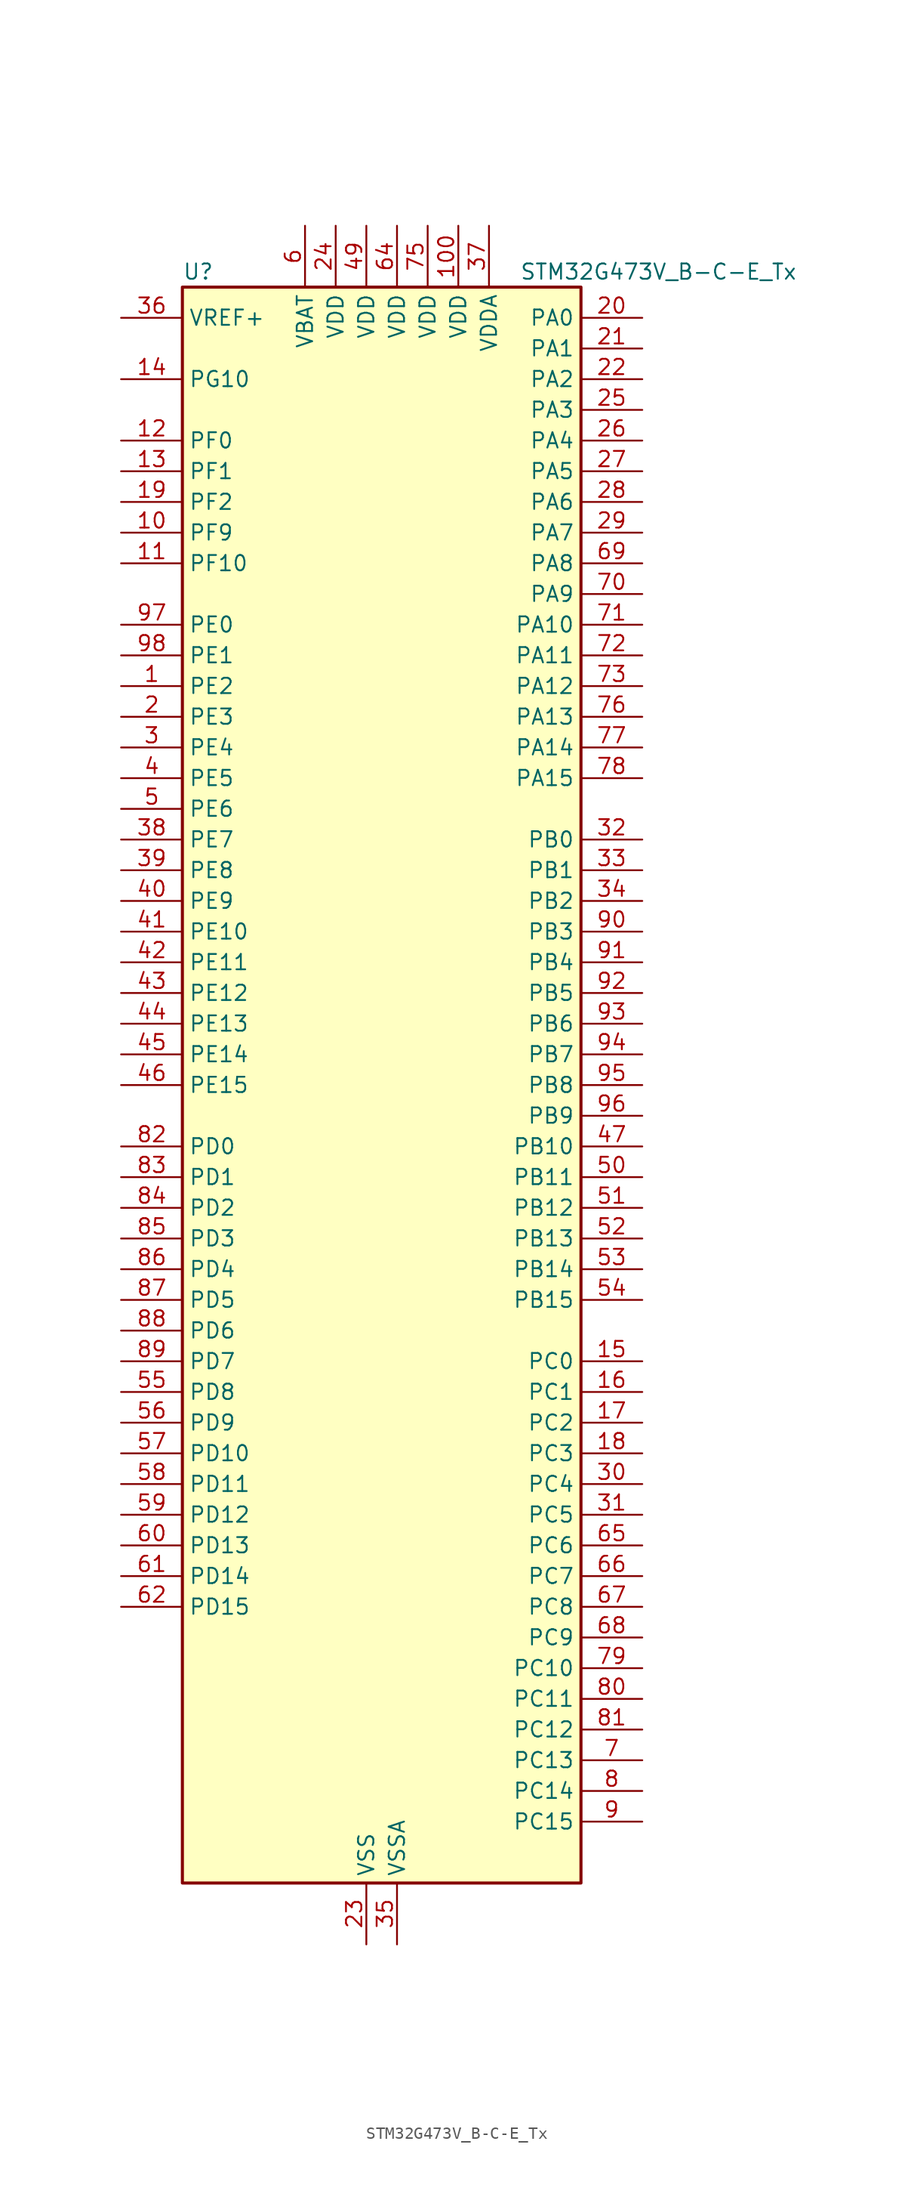
<source format=kicad_sym>
(kicad_symbol_lib
  (version 20220914)
  (generator kicad_symbol_editor)
  (symbol "STM32G473V_B-C-E_Tx"
    (property "Reference" "U"
      (at -15.24 67.31 0)
      (effects (font (size 1.27 1.27)) (justify left)))
    (property "Value" "STM32G473V_B-C-E_Tx"
      (at 12.7 67.31 0)
      (effects (font (size 1.27 1.27)) (justify left)))
    (property "ki_locked" ""
      (at 0 0 0)
      (effects (font (size 1.27 1.27))))
    (symbol "STM32G473V_B-C-E_Tx_0_1"
      (rectangle (start -15.24 -66.04) (end 17.78 66.04) (stroke (width 0.254) (type default)) (fill (type background))))
    (symbol "STM32G473V_B-C-E_Tx_1_1"
      (pin bidirectional line (at -20.32 33.02 0) (length 5.08) (name "PE2" (effects (font (size 1.27 1.27)))) (number "1" (effects (font (size 1.27 1.27)))) (alternate "ADC3_EXTI2" bidirectional line) (alternate "ADC4_EXTI2" bidirectional line) (alternate "ADC5_EXTI2" bidirectional line) (alternate "FMC_A23" bidirectional line) (alternate "SAI1_CK1" bidirectional line) (alternate "SAI1_MCLK_A" bidirectional line) (alternate "SPI4_SCK" bidirectional line) (alternate "SYS_TRACECLK" bidirectional line) (alternate "TIM20_CH1" bidirectional line) (alternate "TIM3_CH1" bidirectional line))
      (pin bidirectional line (at -20.32 45.72 0) (length 5.08) (name "PF9" (effects (font (size 1.27 1.27)))) (number "10" (effects (font (size 1.27 1.27)))) (alternate "DAC1_EXTI9" bidirectional line) (alternate "DAC2_EXTI9" bidirectional line) (alternate "DAC3_EXTI9" bidirectional line) (alternate "DAC4_EXTI9" bidirectional line) (alternate "FMC_A25" bidirectional line) (alternate "QUADSPI1_BK1_IO1" bidirectional line) (alternate "SAI1_FS_B" bidirectional line) (alternate "SPI2_SCK" bidirectional line) (alternate "TIM15_CH1" bidirectional line) (alternate "TIM20_BKIN" bidirectional line) (alternate "TIM5_CH4" bidirectional line))
      (pin power_in line (at 7.62 71.12 270) (length 5.08) (name "VDD" (effects (font (size 1.27 1.27)))) (number "100" (effects (font (size 1.27 1.27)))))
      (pin bidirectional line (at -20.32 43.18 0) (length 5.08) (name "PF10" (effects (font (size 1.27 1.27)))) (number "11" (effects (font (size 1.27 1.27)))) (alternate "DAC1_EXTI10" bidirectional line) (alternate "DAC2_EXTI10" bidirectional line) (alternate "DAC3_EXTI10" bidirectional line) (alternate "DAC4_EXTI10" bidirectional line) (alternate "FMC_A0" bidirectional line) (alternate "QUADSPI1_CLK" bidirectional line) (alternate "SAI1_D3" bidirectional line) (alternate "SPI2_SCK" bidirectional line) (alternate "TIM15_CH2" bidirectional line) (alternate "TIM20_BKIN2" bidirectional line))
      (pin bidirectional line (at -20.32 53.34 0) (length 5.08) (name "PF0" (effects (font (size 1.27 1.27)))) (number "12" (effects (font (size 1.27 1.27)))) (alternate "ADC1_IN10" bidirectional line) (alternate "I2C2_SDA" bidirectional line) (alternate "I2S2_WS" bidirectional line) (alternate "RCC_OSC_IN" bidirectional line) (alternate "SPI2_NSS" bidirectional line) (alternate "TIM1_CH3N" bidirectional line))
      (pin bidirectional line (at -20.32 50.8 0) (length 5.08) (name "PF1" (effects (font (size 1.27 1.27)))) (number "13" (effects (font (size 1.27 1.27)))) (alternate "ADC2_IN10" bidirectional line) (alternate "COMP3_INM" bidirectional line) (alternate "I2S2_CK" bidirectional line) (alternate "RCC_OSC_OUT" bidirectional line) (alternate "SPI2_SCK" bidirectional line))
      (pin bidirectional line (at -20.32 58.42 0) (length 5.08) (name "PG10" (effects (font (size 1.27 1.27)))) (number "14" (effects (font (size 1.27 1.27)))) (alternate "DAC1_EXTI10" bidirectional line) (alternate "DAC2_EXTI10" bidirectional line) (alternate "DAC3_EXTI10" bidirectional line) (alternate "DAC4_EXTI10" bidirectional line) (alternate "RCC_MCO" bidirectional line))
      (pin bidirectional line (at 22.86 -22.86 180) (length 5.08) (name "PC0" (effects (font (size 1.27 1.27)))) (number "15" (effects (font (size 1.27 1.27)))) (alternate "ADC1_IN6" bidirectional line) (alternate "ADC2_IN6" bidirectional line) (alternate "COMP3_INM" bidirectional line) (alternate "LPTIM1_IN1" bidirectional line) (alternate "LPUART1_RX" bidirectional line) (alternate "TIM1_CH1" bidirectional line))
      (pin bidirectional line (at 22.86 -25.4 180) (length 5.08) (name "PC1" (effects (font (size 1.27 1.27)))) (number "16" (effects (font (size 1.27 1.27)))) (alternate "ADC1_IN7" bidirectional line) (alternate "ADC2_IN7" bidirectional line) (alternate "COMP3_INP" bidirectional line) (alternate "LPTIM1_OUT" bidirectional line) (alternate "LPUART1_TX" bidirectional line) (alternate "QUADSPI1_BK2_IO0" bidirectional line) (alternate "SAI1_SD_A" bidirectional line) (alternate "TIM1_CH2" bidirectional line))
      (pin bidirectional line (at 22.86 -27.94 180) (length 5.08) (name "PC2" (effects (font (size 1.27 1.27)))) (number "17" (effects (font (size 1.27 1.27)))) (alternate "ADC1_IN8" bidirectional line) (alternate "ADC2_IN8" bidirectional line) (alternate "ADC3_EXTI2" bidirectional line) (alternate "ADC4_EXTI2" bidirectional line) (alternate "ADC5_EXTI2" bidirectional line) (alternate "COMP3_OUT" bidirectional line) (alternate "LPTIM1_IN2" bidirectional line) (alternate "QUADSPI1_BK2_IO1" bidirectional line) (alternate "TIM1_CH3" bidirectional line) (alternate "TIM20_CH2" bidirectional line))
      (pin bidirectional line (at 22.86 -30.48 180) (length 5.08) (name "PC3" (effects (font (size 1.27 1.27)))) (number "18" (effects (font (size 1.27 1.27)))) (alternate "ADC1_IN9" bidirectional line) (alternate "ADC2_IN9" bidirectional line) (alternate "ADC3_EXTI3" bidirectional line) (alternate "ADC4_EXTI3" bidirectional line) (alternate "ADC5_EXTI3" bidirectional line) (alternate "LPTIM1_ETR" bidirectional line) (alternate "OPAMP5_VINP" bidirectional line) (alternate "OPAMP5_VINP_SEC" bidirectional line) (alternate "QUADSPI1_BK2_IO2" bidirectional line) (alternate "SAI1_D1" bidirectional line) (alternate "SAI1_SD_A" bidirectional line) (alternate "TIM1_BKIN2" bidirectional line) (alternate "TIM1_CH4" bidirectional line))
      (pin bidirectional line (at -20.32 48.26 0) (length 5.08) (name "PF2" (effects (font (size 1.27 1.27)))) (number "19" (effects (font (size 1.27 1.27)))) (alternate "ADC3_EXTI2" bidirectional line) (alternate "ADC4_EXTI2" bidirectional line) (alternate "ADC5_EXTI2" bidirectional line) (alternate "FMC_A2" bidirectional line) (alternate "I2C2_SMBA" bidirectional line) (alternate "TIM20_CH3" bidirectional line))
      (pin bidirectional line (at -20.32 30.48 0) (length 5.08) (name "PE3" (effects (font (size 1.27 1.27)))) (number "2" (effects (font (size 1.27 1.27)))) (alternate "ADC3_EXTI3" bidirectional line) (alternate "ADC4_EXTI3" bidirectional line) (alternate "ADC5_EXTI3" bidirectional line) (alternate "FMC_A19" bidirectional line) (alternate "SAI1_SD_B" bidirectional line) (alternate "SPI4_NSS" bidirectional line) (alternate "SYS_TRACED0" bidirectional line) (alternate "TIM20_CH2" bidirectional line) (alternate "TIM3_CH2" bidirectional line))
      (pin bidirectional line (at 22.86 63.5 180) (length 5.08) (name "PA0" (effects (font (size 1.27 1.27)))) (number "20" (effects (font (size 1.27 1.27)))) (alternate "ADC1_IN1" bidirectional line) (alternate "ADC2_IN1" bidirectional line) (alternate "COMP1_INM" bidirectional line) (alternate "COMP1_OUT" bidirectional line) (alternate "COMP3_INP" bidirectional line) (alternate "RTC_TAMP2" bidirectional line) (alternate "SYS_WKUP1" bidirectional line) (alternate "TIM2_CH1" bidirectional line) (alternate "TIM2_ETR" bidirectional line) (alternate "TIM5_CH1" bidirectional line) (alternate "TIM8_BKIN" bidirectional line) (alternate "TIM8_ETR" bidirectional line) (alternate "USART2_CTS" bidirectional line) (alternate "USART2_NSS" bidirectional line))
      (pin bidirectional line (at 22.86 60.96 180) (length 5.08) (name "PA1" (effects (font (size 1.27 1.27)))) (number "21" (effects (font (size 1.27 1.27)))) (alternate "ADC1_IN2" bidirectional line) (alternate "ADC2_IN2" bidirectional line) (alternate "COMP1_INP" bidirectional line) (alternate "OPAMP1_VINP" bidirectional line) (alternate "OPAMP1_VINP_SEC" bidirectional line) (alternate "OPAMP3_VINP" bidirectional line) (alternate "OPAMP3_VINP_SEC" bidirectional line) (alternate "OPAMP6_VINM" bidirectional line) (alternate "OPAMP6_VINM0" bidirectional line) (alternate "OPAMP6_VINM_SEC" bidirectional line) (alternate "RTC_REFIN" bidirectional line) (alternate "TIM15_CH1N" bidirectional line) (alternate "TIM2_CH2" bidirectional line) (alternate "TIM5_CH2" bidirectional line) (alternate "USART2_DE" bidirectional line) (alternate "USART2_RTS" bidirectional line))
      (pin bidirectional line (at 22.86 58.42 180) (length 5.08) (name "PA2" (effects (font (size 1.27 1.27)))) (number "22" (effects (font (size 1.27 1.27)))) (alternate "ADC1_IN3" bidirectional line) (alternate "ADC3_EXTI2" bidirectional line) (alternate "ADC4_EXTI2" bidirectional line) (alternate "ADC5_EXTI2" bidirectional line) (alternate "COMP2_INM" bidirectional line) (alternate "COMP2_OUT" bidirectional line) (alternate "LPUART1_TX" bidirectional line) (alternate "OPAMP1_VOUT" bidirectional line) (alternate "QUADSPI1_BK1_NCS" bidirectional line) (alternate "RCC_LSCO" bidirectional line) (alternate "SYS_WKUP4" bidirectional line) (alternate "TIM15_CH1" bidirectional line) (alternate "TIM2_CH3" bidirectional line) (alternate "TIM5_CH3" bidirectional line) (alternate "UCPD1_FRSTX1" bidirectional line) (alternate "UCPD1_FRSTX2" bidirectional line) (alternate "USART2_TX" bidirectional line))
      (pin power_in line (at 0 -71.12 90) (length 5.08) (name "VSS" (effects (font (size 1.27 1.27)))) (number "23" (effects (font (size 1.27 1.27)))))
      (pin power_in line (at -2.54 71.12 270) (length 5.08) (name "VDD" (effects (font (size 1.27 1.27)))) (number "24" (effects (font (size 1.27 1.27)))))
      (pin bidirectional line (at 22.86 55.88 180) (length 5.08) (name "PA3" (effects (font (size 1.27 1.27)))) (number "25" (effects (font (size 1.27 1.27)))) (alternate "ADC1_IN4" bidirectional line) (alternate "ADC3_EXTI3" bidirectional line) (alternate "ADC4_EXTI3" bidirectional line) (alternate "ADC5_EXTI3" bidirectional line) (alternate "COMP2_INP" bidirectional line) (alternate "LPUART1_RX" bidirectional line) (alternate "OPAMP1_VINM" bidirectional line) (alternate "OPAMP1_VINM0" bidirectional line) (alternate "OPAMP1_VINM_SEC" bidirectional line) (alternate "OPAMP1_VINP" bidirectional line) (alternate "OPAMP1_VINP_SEC" bidirectional line) (alternate "OPAMP5_VINM" bidirectional line) (alternate "OPAMP5_VINM1" bidirectional line) (alternate "OPAMP5_VINM_SEC" bidirectional line) (alternate "QUADSPI1_CLK" bidirectional line) (alternate "SAI1_CK1" bidirectional line) (alternate "SAI1_MCLK_A" bidirectional line) (alternate "TIM15_CH2" bidirectional line) (alternate "TIM2_CH4" bidirectional line) (alternate "TIM5_CH4" bidirectional line) (alternate "USART2_RX" bidirectional line))
      (pin bidirectional line (at 22.86 53.34 180) (length 5.08) (name "PA4" (effects (font (size 1.27 1.27)))) (number "26" (effects (font (size 1.27 1.27)))) (alternate "ADC2_IN17" bidirectional line) (alternate "COMP1_INM" bidirectional line) (alternate "DAC1_OUT1" bidirectional line) (alternate "I2S3_WS" bidirectional line) (alternate "SAI1_FS_B" bidirectional line) (alternate "SPI1_NSS" bidirectional line) (alternate "SPI3_NSS" bidirectional line) (alternate "TIM3_CH2" bidirectional line) (alternate "USART2_CK" bidirectional line))
      (pin bidirectional line (at 22.86 50.8 180) (length 5.08) (name "PA5" (effects (font (size 1.27 1.27)))) (number "27" (effects (font (size 1.27 1.27)))) (alternate "ADC2_IN13" bidirectional line) (alternate "COMP2_INM" bidirectional line) (alternate "DAC1_OUT2" bidirectional line) (alternate "OPAMP2_VINM" bidirectional line) (alternate "OPAMP2_VINM0" bidirectional line) (alternate "OPAMP2_VINM_SEC" bidirectional line) (alternate "SPI1_SCK" bidirectional line) (alternate "TIM2_CH1" bidirectional line) (alternate "TIM2_ETR" bidirectional line) (alternate "UCPD1_FRSTX1" bidirectional line) (alternate "UCPD1_FRSTX2" bidirectional line))
      (pin bidirectional line (at 22.86 48.26 180) (length 5.08) (name "PA6" (effects (font (size 1.27 1.27)))) (number "28" (effects (font (size 1.27 1.27)))) (alternate "ADC2_IN3" bidirectional line) (alternate "COMP1_OUT" bidirectional line) (alternate "DAC2_OUT1" bidirectional line) (alternate "LPUART1_CTS" bidirectional line) (alternate "OPAMP2_VOUT" bidirectional line) (alternate "QUADSPI1_BK1_IO3" bidirectional line) (alternate "SPI1_MISO" bidirectional line) (alternate "TIM16_CH1" bidirectional line) (alternate "TIM1_BKIN" bidirectional line) (alternate "TIM3_CH1" bidirectional line) (alternate "TIM8_BKIN" bidirectional line))
      (pin bidirectional line (at 22.86 45.72 180) (length 5.08) (name "PA7" (effects (font (size 1.27 1.27)))) (number "29" (effects (font (size 1.27 1.27)))) (alternate "ADC2_IN4" bidirectional line) (alternate "COMP2_INP" bidirectional line) (alternate "COMP2_OUT" bidirectional line) (alternate "OPAMP1_VINP" bidirectional line) (alternate "OPAMP1_VINP_SEC" bidirectional line) (alternate "OPAMP2_VINP" bidirectional line) (alternate "OPAMP2_VINP_SEC" bidirectional line) (alternate "QUADSPI1_BK1_IO2" bidirectional line) (alternate "SPI1_MOSI" bidirectional line) (alternate "TIM17_CH1" bidirectional line) (alternate "TIM1_CH1N" bidirectional line) (alternate "TIM3_CH2" bidirectional line) (alternate "TIM8_CH1N" bidirectional line) (alternate "UCPD1_FRSTX1" bidirectional line) (alternate "UCPD1_FRSTX2" bidirectional line))
      (pin bidirectional line (at -20.32 27.94 0) (length 5.08) (name "PE4" (effects (font (size 1.27 1.27)))) (number "3" (effects (font (size 1.27 1.27)))) (alternate "FMC_A20" bidirectional line) (alternate "SAI1_D2" bidirectional line) (alternate "SAI1_FS_A" bidirectional line) (alternate "SPI4_NSS" bidirectional line) (alternate "SYS_TRACED1" bidirectional line) (alternate "TIM20_CH1N" bidirectional line) (alternate "TIM3_CH3" bidirectional line))
      (pin bidirectional line (at 22.86 -33.02 180) (length 5.08) (name "PC4" (effects (font (size 1.27 1.27)))) (number "30" (effects (font (size 1.27 1.27)))) (alternate "ADC2_IN5" bidirectional line) (alternate "I2C2_SCL" bidirectional line) (alternate "QUADSPI1_BK2_IO3" bidirectional line) (alternate "TIM1_ETR" bidirectional line) (alternate "USART1_TX" bidirectional line))
      (pin bidirectional line (at 22.86 -35.56 180) (length 5.08) (name "PC5" (effects (font (size 1.27 1.27)))) (number "31" (effects (font (size 1.27 1.27)))) (alternate "ADC2_IN11" bidirectional line) (alternate "OPAMP1_VINM" bidirectional line) (alternate "OPAMP1_VINM1" bidirectional line) (alternate "OPAMP1_VINM_SEC" bidirectional line) (alternate "OPAMP2_VINM" bidirectional line) (alternate "OPAMP2_VINM1" bidirectional line) (alternate "OPAMP2_VINM_SEC" bidirectional line) (alternate "SAI1_D3" bidirectional line) (alternate "SYS_WKUP5" bidirectional line) (alternate "TIM15_BKIN" bidirectional line) (alternate "TIM1_CH4N" bidirectional line) (alternate "USART1_RX" bidirectional line))
      (pin bidirectional line (at 22.86 20.32 180) (length 5.08) (name "PB0" (effects (font (size 1.27 1.27)))) (number "32" (effects (font (size 1.27 1.27)))) (alternate "ADC1_IN15" bidirectional line) (alternate "ADC3_IN12" bidirectional line) (alternate "COMP4_INP" bidirectional line) (alternate "OPAMP2_VINP" bidirectional line) (alternate "OPAMP2_VINP_SEC" bidirectional line) (alternate "OPAMP3_VINP" bidirectional line) (alternate "OPAMP3_VINP_SEC" bidirectional line) (alternate "QUADSPI1_BK1_IO1" bidirectional line) (alternate "TIM1_CH2N" bidirectional line) (alternate "TIM3_CH3" bidirectional line) (alternate "TIM8_CH2N" bidirectional line) (alternate "UCPD1_FRSTX1" bidirectional line) (alternate "UCPD1_FRSTX2" bidirectional line))
      (pin bidirectional line (at 22.86 17.78 180) (length 5.08) (name "PB1" (effects (font (size 1.27 1.27)))) (number "33" (effects (font (size 1.27 1.27)))) (alternate "ADC1_IN12" bidirectional line) (alternate "ADC3_IN1" bidirectional line) (alternate "COMP1_INP" bidirectional line) (alternate "COMP4_OUT" bidirectional line) (alternate "LPUART1_DE" bidirectional line) (alternate "LPUART1_RTS" bidirectional line) (alternate "OPAMP3_VOUT" bidirectional line) (alternate "OPAMP6_VINM" bidirectional line) (alternate "OPAMP6_VINM1" bidirectional line) (alternate "OPAMP6_VINM_SEC" bidirectional line) (alternate "QUADSPI1_BK1_IO0" bidirectional line) (alternate "TIM1_CH3N" bidirectional line) (alternate "TIM3_CH4" bidirectional line) (alternate "TIM8_CH3N" bidirectional line))
      (pin bidirectional line (at 22.86 15.24 180) (length 5.08) (name "PB2" (effects (font (size 1.27 1.27)))) (number "34" (effects (font (size 1.27 1.27)))) (alternate "ADC2_IN12" bidirectional line) (alternate "ADC3_EXTI2" bidirectional line) (alternate "ADC4_EXTI2" bidirectional line) (alternate "ADC5_EXTI2" bidirectional line) (alternate "COMP4_INM" bidirectional line) (alternate "I2C3_SMBA" bidirectional line) (alternate "LPTIM1_OUT" bidirectional line) (alternate "OPAMP3_VINM" bidirectional line) (alternate "OPAMP3_VINM0" bidirectional line) (alternate "OPAMP3_VINM_SEC" bidirectional line) (alternate "QUADSPI1_BK2_IO1" bidirectional line) (alternate "RTC_OUT2" bidirectional line) (alternate "TIM20_CH1" bidirectional line) (alternate "TIM5_CH1" bidirectional line))
      (pin power_in line (at 2.54 -71.12 90) (length 5.08) (name "VSSA" (effects (font (size 1.27 1.27)))) (number "35" (effects (font (size 1.27 1.27)))))
      (pin input line (at -20.32 63.5 0) (length 5.08) (name "VREF+" (effects (font (size 1.27 1.27)))) (number "36" (effects (font (size 1.27 1.27)))) (alternate "VREFBUF_OUT" bidirectional line))
      (pin power_in line (at 10.16 71.12 270) (length 5.08) (name "VDDA" (effects (font (size 1.27 1.27)))) (number "37" (effects (font (size 1.27 1.27)))))
      (pin bidirectional line (at -20.32 20.32 0) (length 5.08) (name "PE7" (effects (font (size 1.27 1.27)))) (number "38" (effects (font (size 1.27 1.27)))) (alternate "ADC3_IN4" bidirectional line) (alternate "COMP4_INP" bidirectional line) (alternate "FMC_D4" bidirectional line) (alternate "FMC_DA4" bidirectional line) (alternate "SAI1_SD_B" bidirectional line) (alternate "TIM1_ETR" bidirectional line))
      (pin bidirectional line (at -20.32 17.78 0) (length 5.08) (name "PE8" (effects (font (size 1.27 1.27)))) (number "39" (effects (font (size 1.27 1.27)))) (alternate "ADC3_IN6" bidirectional line) (alternate "ADC4_IN6" bidirectional line) (alternate "ADC5_IN6" bidirectional line) (alternate "COMP4_INM" bidirectional line) (alternate "FMC_D5" bidirectional line) (alternate "FMC_DA5" bidirectional line) (alternate "SAI1_SCK_B" bidirectional line) (alternate "TIM1_CH1N" bidirectional line) (alternate "TIM5_CH3" bidirectional line))
      (pin bidirectional line (at -20.32 25.4 0) (length 5.08) (name "PE5" (effects (font (size 1.27 1.27)))) (number "4" (effects (font (size 1.27 1.27)))) (alternate "FMC_A21" bidirectional line) (alternate "SAI1_CK2" bidirectional line) (alternate "SAI1_SCK_A" bidirectional line) (alternate "SPI4_MISO" bidirectional line) (alternate "SYS_TRACED2" bidirectional line) (alternate "TIM20_CH2N" bidirectional line) (alternate "TIM3_CH4" bidirectional line))
      (pin bidirectional line (at -20.32 15.24 0) (length 5.08) (name "PE9" (effects (font (size 1.27 1.27)))) (number "40" (effects (font (size 1.27 1.27)))) (alternate "ADC3_IN2" bidirectional line) (alternate "DAC1_EXTI9" bidirectional line) (alternate "DAC2_EXTI9" bidirectional line) (alternate "DAC3_EXTI9" bidirectional line) (alternate "DAC4_EXTI9" bidirectional line) (alternate "FMC_D6" bidirectional line) (alternate "FMC_DA6" bidirectional line) (alternate "SAI1_FS_B" bidirectional line) (alternate "TIM1_CH1" bidirectional line) (alternate "TIM5_CH4" bidirectional line))
      (pin bidirectional line (at -20.32 12.7 0) (length 5.08) (name "PE10" (effects (font (size 1.27 1.27)))) (number "41" (effects (font (size 1.27 1.27)))) (alternate "ADC3_IN14" bidirectional line) (alternate "ADC4_IN14" bidirectional line) (alternate "ADC5_IN14" bidirectional line) (alternate "DAC1_EXTI10" bidirectional line) (alternate "DAC2_EXTI10" bidirectional line) (alternate "DAC3_EXTI10" bidirectional line) (alternate "DAC4_EXTI10" bidirectional line) (alternate "FMC_D7" bidirectional line) (alternate "FMC_DA7" bidirectional line) (alternate "QUADSPI1_CLK" bidirectional line) (alternate "SAI1_MCLK_B" bidirectional line) (alternate "TIM1_CH2N" bidirectional line))
      (pin bidirectional line (at -20.32 10.16 0) (length 5.08) (name "PE11" (effects (font (size 1.27 1.27)))) (number "42" (effects (font (size 1.27 1.27)))) (alternate "ADC1_EXTI11" bidirectional line) (alternate "ADC2_EXTI11" bidirectional line) (alternate "ADC3_IN15" bidirectional line) (alternate "ADC4_IN15" bidirectional line) (alternate "ADC5_IN15" bidirectional line) (alternate "FMC_D8" bidirectional line) (alternate "FMC_DA8" bidirectional line) (alternate "QUADSPI1_BK1_NCS" bidirectional line) (alternate "SPI4_NSS" bidirectional line) (alternate "TIM1_CH2" bidirectional line))
      (pin bidirectional line (at -20.32 7.62 0) (length 5.08) (name "PE12" (effects (font (size 1.27 1.27)))) (number "43" (effects (font (size 1.27 1.27)))) (alternate "ADC3_IN16" bidirectional line) (alternate "ADC4_IN16" bidirectional line) (alternate "ADC5_IN16" bidirectional line) (alternate "FMC_D9" bidirectional line) (alternate "FMC_DA9" bidirectional line) (alternate "QUADSPI1_BK1_IO0" bidirectional line) (alternate "SPI4_SCK" bidirectional line) (alternate "TIM1_CH3N" bidirectional line))
      (pin bidirectional line (at -20.32 5.08 0) (length 5.08) (name "PE13" (effects (font (size 1.27 1.27)))) (number "44" (effects (font (size 1.27 1.27)))) (alternate "ADC3_IN3" bidirectional line) (alternate "FMC_D10" bidirectional line) (alternate "FMC_DA10" bidirectional line) (alternate "QUADSPI1_BK1_IO1" bidirectional line) (alternate "SPI4_MISO" bidirectional line) (alternate "TIM1_CH3" bidirectional line))
      (pin bidirectional line (at -20.32 2.54 0) (length 5.08) (name "PE14" (effects (font (size 1.27 1.27)))) (number "45" (effects (font (size 1.27 1.27)))) (alternate "ADC4_IN1" bidirectional line) (alternate "FMC_D11" bidirectional line) (alternate "FMC_DA11" bidirectional line) (alternate "QUADSPI1_BK1_IO2" bidirectional line) (alternate "SPI4_MOSI" bidirectional line) (alternate "TIM1_BKIN2" bidirectional line) (alternate "TIM1_CH4" bidirectional line))
      (pin bidirectional line (at -20.32 0 0) (length 5.08) (name "PE15" (effects (font (size 1.27 1.27)))) (number "46" (effects (font (size 1.27 1.27)))) (alternate "ADC1_EXTI15" bidirectional line) (alternate "ADC2_EXTI15" bidirectional line) (alternate "ADC4_IN2" bidirectional line) (alternate "FMC_D12" bidirectional line) (alternate "FMC_DA12" bidirectional line) (alternate "QUADSPI1_BK1_IO3" bidirectional line) (alternate "TIM1_BKIN" bidirectional line) (alternate "TIM1_CH4N" bidirectional line) (alternate "USART3_RX" bidirectional line))
      (pin bidirectional line (at 22.86 -5.08 180) (length 5.08) (name "PB10" (effects (font (size 1.27 1.27)))) (number "47" (effects (font (size 1.27 1.27)))) (alternate "COMP5_INM" bidirectional line) (alternate "DAC1_EXTI10" bidirectional line) (alternate "DAC2_EXTI10" bidirectional line) (alternate "DAC3_EXTI10" bidirectional line) (alternate "DAC4_EXTI10" bidirectional line) (alternate "LPUART1_RX" bidirectional line) (alternate "OPAMP3_VINM" bidirectional line) (alternate "OPAMP3_VINM1" bidirectional line) (alternate "OPAMP3_VINM_SEC" bidirectional line) (alternate "OPAMP4_VINM" bidirectional line) (alternate "OPAMP4_VINM0" bidirectional line) (alternate "OPAMP4_VINM_SEC" bidirectional line) (alternate "QUADSPI1_CLK" bidirectional line) (alternate "SAI1_SCK_A" bidirectional line) (alternate "TIM1_BKIN" bidirectional line) (alternate "TIM2_CH3" bidirectional line) (alternate "USART3_TX" bidirectional line))
      (pin passive line (at 0 -71.12 90) (length 5.08) hide (name "VSS" (effects (font (size 1.27 1.27)))) (number "48" (effects (font (size 1.27 1.27)))))
      (pin power_in line (at 0 71.12 270) (length 5.08) (name "VDD" (effects (font (size 1.27 1.27)))) (number "49" (effects (font (size 1.27 1.27)))))
      (pin bidirectional line (at -20.32 22.86 0) (length 5.08) (name "PE6" (effects (font (size 1.27 1.27)))) (number "5" (effects (font (size 1.27 1.27)))) (alternate "FMC_A22" bidirectional line) (alternate "RTC_TAMP3" bidirectional line) (alternate "SAI1_D1" bidirectional line) (alternate "SAI1_SD_A" bidirectional line) (alternate "SPI4_MOSI" bidirectional line) (alternate "SYS_TRACED3" bidirectional line) (alternate "SYS_WKUP3" bidirectional line) (alternate "TIM20_CH3N" bidirectional line))
      (pin bidirectional line (at 22.86 -7.62 180) (length 5.08) (name "PB11" (effects (font (size 1.27 1.27)))) (number "50" (effects (font (size 1.27 1.27)))) (alternate "ADC1_EXTI11" bidirectional line) (alternate "ADC1_IN14" bidirectional line) (alternate "ADC2_EXTI11" bidirectional line) (alternate "ADC2_IN14" bidirectional line) (alternate "COMP6_INP" bidirectional line) (alternate "LPUART1_TX" bidirectional line) (alternate "OPAMP4_VINP" bidirectional line) (alternate "OPAMP4_VINP_SEC" bidirectional line) (alternate "OPAMP6_VOUT" bidirectional line) (alternate "QUADSPI1_BK1_NCS" bidirectional line) (alternate "TIM2_CH4" bidirectional line) (alternate "USART3_RX" bidirectional line))
      (pin bidirectional line (at 22.86 -10.16 180) (length 5.08) (name "PB12" (effects (font (size 1.27 1.27)))) (number "51" (effects (font (size 1.27 1.27)))) (alternate "ADC1_IN11" bidirectional line) (alternate "ADC4_IN3" bidirectional line) (alternate "COMP7_INM" bidirectional line) (alternate "FDCAN2_RX" bidirectional line) (alternate "I2C2_SMBA" bidirectional line) (alternate "I2S2_WS" bidirectional line) (alternate "LPUART1_DE" bidirectional line) (alternate "LPUART1_RTS" bidirectional line) (alternate "OPAMP4_VOUT" bidirectional line) (alternate "OPAMP6_VINP" bidirectional line) (alternate "OPAMP6_VINP_SEC" bidirectional line) (alternate "SPI2_NSS" bidirectional line) (alternate "TIM1_BKIN" bidirectional line) (alternate "TIM5_ETR" bidirectional line) (alternate "USART3_CK" bidirectional line))
      (pin bidirectional line (at 22.86 -12.7 180) (length 5.08) (name "PB13" (effects (font (size 1.27 1.27)))) (number "52" (effects (font (size 1.27 1.27)))) (alternate "ADC3_IN5" bidirectional line) (alternate "COMP5_INP" bidirectional line) (alternate "FDCAN2_TX" bidirectional line) (alternate "I2S2_CK" bidirectional line) (alternate "LPUART1_CTS" bidirectional line) (alternate "OPAMP3_VINP" bidirectional line) (alternate "OPAMP3_VINP_SEC" bidirectional line) (alternate "OPAMP4_VINP" bidirectional line) (alternate "OPAMP4_VINP_SEC" bidirectional line) (alternate "OPAMP6_VINP" bidirectional line) (alternate "OPAMP6_VINP_SEC" bidirectional line) (alternate "SPI2_SCK" bidirectional line) (alternate "TIM1_CH1N" bidirectional line) (alternate "USART3_CTS" bidirectional line) (alternate "USART3_NSS" bidirectional line))
      (pin bidirectional line (at 22.86 -15.24 180) (length 5.08) (name "PB14" (effects (font (size 1.27 1.27)))) (number "53" (effects (font (size 1.27 1.27)))) (alternate "ADC1_IN5" bidirectional line) (alternate "ADC4_IN4" bidirectional line) (alternate "COMP4_OUT" bidirectional line) (alternate "COMP7_INP" bidirectional line) (alternate "OPAMP2_VINP" bidirectional line) (alternate "OPAMP2_VINP_SEC" bidirectional line) (alternate "OPAMP5_VINP" bidirectional line) (alternate "OPAMP5_VINP_SEC" bidirectional line) (alternate "SPI2_MISO" bidirectional line) (alternate "TIM15_CH1" bidirectional line) (alternate "TIM1_CH2N" bidirectional line) (alternate "USART3_DE" bidirectional line) (alternate "USART3_RTS" bidirectional line))
      (pin bidirectional line (at 22.86 -17.78 180) (length 5.08) (name "PB15" (effects (font (size 1.27 1.27)))) (number "54" (effects (font (size 1.27 1.27)))) (alternate "ADC1_EXTI15" bidirectional line) (alternate "ADC2_EXTI15" bidirectional line) (alternate "ADC2_IN15" bidirectional line) (alternate "ADC4_IN5" bidirectional line) (alternate "COMP3_OUT" bidirectional line) (alternate "COMP6_INM" bidirectional line) (alternate "I2S2_SD" bidirectional line) (alternate "OPAMP5_VINM" bidirectional line) (alternate "OPAMP5_VINM0" bidirectional line) (alternate "OPAMP5_VINM_SEC" bidirectional line) (alternate "RTC_REFIN" bidirectional line) (alternate "SPI2_MOSI" bidirectional line) (alternate "TIM15_CH1N" bidirectional line) (alternate "TIM15_CH2" bidirectional line) (alternate "TIM1_CH3N" bidirectional line))
      (pin bidirectional line (at -20.32 -25.4 0) (length 5.08) (name "PD8" (effects (font (size 1.27 1.27)))) (number "55" (effects (font (size 1.27 1.27)))) (alternate "ADC4_IN12" bidirectional line) (alternate "ADC5_IN12" bidirectional line) (alternate "FMC_D13" bidirectional line) (alternate "FMC_DA13" bidirectional line) (alternate "OPAMP4_VINM" bidirectional line) (alternate "OPAMP4_VINM1" bidirectional line) (alternate "OPAMP4_VINM_SEC" bidirectional line) (alternate "USART3_TX" bidirectional line))
      (pin bidirectional line (at -20.32 -27.94 0) (length 5.08) (name "PD9" (effects (font (size 1.27 1.27)))) (number "56" (effects (font (size 1.27 1.27)))) (alternate "ADC4_IN13" bidirectional line) (alternate "ADC5_IN13" bidirectional line) (alternate "DAC1_EXTI9" bidirectional line) (alternate "DAC2_EXTI9" bidirectional line) (alternate "DAC3_EXTI9" bidirectional line) (alternate "DAC4_EXTI9" bidirectional line) (alternate "FMC_D14" bidirectional line) (alternate "FMC_DA14" bidirectional line) (alternate "OPAMP6_VINP" bidirectional line) (alternate "OPAMP6_VINP_SEC" bidirectional line) (alternate "USART3_RX" bidirectional line))
      (pin bidirectional line (at -20.32 -30.48 0) (length 5.08) (name "PD10" (effects (font (size 1.27 1.27)))) (number "57" (effects (font (size 1.27 1.27)))) (alternate "ADC3_IN7" bidirectional line) (alternate "ADC4_IN7" bidirectional line) (alternate "ADC5_IN7" bidirectional line) (alternate "COMP6_INM" bidirectional line) (alternate "DAC1_EXTI10" bidirectional line) (alternate "DAC2_EXTI10" bidirectional line) (alternate "DAC3_EXTI10" bidirectional line) (alternate "DAC4_EXTI10" bidirectional line) (alternate "FMC_D15" bidirectional line) (alternate "FMC_DA15" bidirectional line) (alternate "USART3_CK" bidirectional line))
      (pin bidirectional line (at -20.32 -33.02 0) (length 5.08) (name "PD11" (effects (font (size 1.27 1.27)))) (number "58" (effects (font (size 1.27 1.27)))) (alternate "ADC1_EXTI11" bidirectional line) (alternate "ADC2_EXTI11" bidirectional line) (alternate "ADC3_IN8" bidirectional line) (alternate "ADC4_IN8" bidirectional line) (alternate "ADC5_IN8" bidirectional line) (alternate "COMP6_INP" bidirectional line) (alternate "FMC_A16" bidirectional line) (alternate "FMC_CLE" bidirectional line) (alternate "I2C4_SMBA" bidirectional line) (alternate "OPAMP4_VINP" bidirectional line) (alternate "OPAMP4_VINP_SEC" bidirectional line) (alternate "TIM5_ETR" bidirectional line) (alternate "USART3_CTS" bidirectional line) (alternate "USART3_NSS" bidirectional line))
      (pin bidirectional line (at -20.32 -35.56 0) (length 5.08) (name "PD12" (effects (font (size 1.27 1.27)))) (number "59" (effects (font (size 1.27 1.27)))) (alternate "ADC3_IN9" bidirectional line) (alternate "ADC4_IN9" bidirectional line) (alternate "ADC5_IN9" bidirectional line) (alternate "COMP5_INP" bidirectional line) (alternate "FMC_A17" bidirectional line) (alternate "FMC_ALE" bidirectional line) (alternate "OPAMP5_VINP" bidirectional line) (alternate "OPAMP5_VINP_SEC" bidirectional line) (alternate "TIM4_CH1" bidirectional line) (alternate "USART3_DE" bidirectional line) (alternate "USART3_RTS" bidirectional line))
      (pin power_in line (at -5.08 71.12 270) (length 5.08) (name "VBAT" (effects (font (size 1.27 1.27)))) (number "6" (effects (font (size 1.27 1.27)))))
      (pin bidirectional line (at -20.32 -38.1 0) (length 5.08) (name "PD13" (effects (font (size 1.27 1.27)))) (number "60" (effects (font (size 1.27 1.27)))) (alternate "ADC3_IN10" bidirectional line) (alternate "ADC4_IN10" bidirectional line) (alternate "ADC5_IN10" bidirectional line) (alternate "COMP5_INM" bidirectional line) (alternate "FMC_A18" bidirectional line) (alternate "TIM4_CH2" bidirectional line))
      (pin bidirectional line (at -20.32 -40.64 0) (length 5.08) (name "PD14" (effects (font (size 1.27 1.27)))) (number "61" (effects (font (size 1.27 1.27)))) (alternate "ADC3_IN11" bidirectional line) (alternate "ADC4_IN11" bidirectional line) (alternate "ADC5_IN11" bidirectional line) (alternate "COMP7_INP" bidirectional line) (alternate "FMC_D0" bidirectional line) (alternate "FMC_DA0" bidirectional line) (alternate "OPAMP2_VINP" bidirectional line) (alternate "OPAMP2_VINP_SEC" bidirectional line) (alternate "TIM4_CH3" bidirectional line))
      (pin bidirectional line (at -20.32 -43.18 0) (length 5.08) (name "PD15" (effects (font (size 1.27 1.27)))) (number "62" (effects (font (size 1.27 1.27)))) (alternate "ADC1_EXTI15" bidirectional line) (alternate "ADC2_EXTI15" bidirectional line) (alternate "COMP7_INM" bidirectional line) (alternate "FMC_D1" bidirectional line) (alternate "FMC_DA1" bidirectional line) (alternate "SPI2_NSS" bidirectional line) (alternate "TIM4_CH4" bidirectional line))
      (pin passive line (at 0 -71.12 90) (length 5.08) hide (name "VSS" (effects (font (size 1.27 1.27)))) (number "63" (effects (font (size 1.27 1.27)))))
      (pin power_in line (at 2.54 71.12 270) (length 5.08) (name "VDD" (effects (font (size 1.27 1.27)))) (number "64" (effects (font (size 1.27 1.27)))))
      (pin bidirectional line (at 22.86 -38.1 180) (length 5.08) (name "PC6" (effects (font (size 1.27 1.27)))) (number "65" (effects (font (size 1.27 1.27)))) (alternate "COMP6_OUT" bidirectional line) (alternate "I2C4_SCL" bidirectional line) (alternate "I2S2_MCK" bidirectional line) (alternate "TIM3_CH1" bidirectional line) (alternate "TIM8_CH1" bidirectional line))
      (pin bidirectional line (at 22.86 -40.64 180) (length 5.08) (name "PC7" (effects (font (size 1.27 1.27)))) (number "66" (effects (font (size 1.27 1.27)))) (alternate "COMP5_OUT" bidirectional line) (alternate "I2C4_SDA" bidirectional line) (alternate "I2S3_MCK" bidirectional line) (alternate "TIM3_CH2" bidirectional line) (alternate "TIM8_CH2" bidirectional line))
      (pin bidirectional line (at 22.86 -43.18 180) (length 5.08) (name "PC8" (effects (font (size 1.27 1.27)))) (number "67" (effects (font (size 1.27 1.27)))) (alternate "COMP7_OUT" bidirectional line) (alternate "I2C3_SCL" bidirectional line) (alternate "TIM20_CH3" bidirectional line) (alternate "TIM3_CH3" bidirectional line) (alternate "TIM8_CH3" bidirectional line))
      (pin bidirectional line (at 22.86 -45.72 180) (length 5.08) (name "PC9" (effects (font (size 1.27 1.27)))) (number "68" (effects (font (size 1.27 1.27)))) (alternate "DAC1_EXTI9" bidirectional line) (alternate "DAC2_EXTI9" bidirectional line) (alternate "DAC3_EXTI9" bidirectional line) (alternate "DAC4_EXTI9" bidirectional line) (alternate "I2C3_SDA" bidirectional line) (alternate "I2S_CKIN" bidirectional line) (alternate "TIM3_CH4" bidirectional line) (alternate "TIM8_BKIN2" bidirectional line) (alternate "TIM8_CH4" bidirectional line))
      (pin bidirectional line (at 22.86 43.18 180) (length 5.08) (name "PA8" (effects (font (size 1.27 1.27)))) (number "69" (effects (font (size 1.27 1.27)))) (alternate "ADC5_IN1" bidirectional line) (alternate "COMP7_OUT" bidirectional line) (alternate "FDCAN3_RX" bidirectional line) (alternate "I2C2_SDA" bidirectional line) (alternate "I2C3_SCL" bidirectional line) (alternate "I2S2_MCK" bidirectional line) (alternate "OPAMP5_VOUT" bidirectional line) (alternate "RCC_MCO" bidirectional line) (alternate "SAI1_CK2" bidirectional line) (alternate "SAI1_SCK_A" bidirectional line) (alternate "TIM1_CH1" bidirectional line) (alternate "TIM4_ETR" bidirectional line) (alternate "USART1_CK" bidirectional line))
      (pin bidirectional line (at 22.86 -55.88 180) (length 5.08) (name "PC13" (effects (font (size 1.27 1.27)))) (number "7" (effects (font (size 1.27 1.27)))) (alternate "RTC_OUT1" bidirectional line) (alternate "RTC_TAMP1" bidirectional line) (alternate "RTC_TS" bidirectional line) (alternate "SYS_WKUP2" bidirectional line) (alternate "TIM1_BKIN" bidirectional line) (alternate "TIM1_CH1N" bidirectional line) (alternate "TIM8_CH4N" bidirectional line))
      (pin bidirectional line (at 22.86 40.64 180) (length 5.08) (name "PA9" (effects (font (size 1.27 1.27)))) (number "70" (effects (font (size 1.27 1.27)))) (alternate "ADC5_IN2" bidirectional line) (alternate "COMP5_OUT" bidirectional line) (alternate "DAC1_EXTI9" bidirectional line) (alternate "DAC2_EXTI9" bidirectional line) (alternate "DAC3_EXTI9" bidirectional line) (alternate "DAC4_EXTI9" bidirectional line) (alternate "I2C2_SCL" bidirectional line) (alternate "I2C3_SMBA" bidirectional line) (alternate "I2S3_MCK" bidirectional line) (alternate "SAI1_FS_A" bidirectional line) (alternate "TIM15_BKIN" bidirectional line) (alternate "TIM1_CH2" bidirectional line) (alternate "TIM2_CH3" bidirectional line) (alternate "UCPD1_DBCC1" bidirectional line) (alternate "USART1_TX" bidirectional line))
      (pin bidirectional line (at 22.86 38.1 180) (length 5.08) (name "PA10" (effects (font (size 1.27 1.27)))) (number "71" (effects (font (size 1.27 1.27)))) (alternate "COMP6_OUT" bidirectional line) (alternate "CRS_SYNC" bidirectional line) (alternate "DAC1_EXTI10" bidirectional line) (alternate "DAC2_EXTI10" bidirectional line) (alternate "DAC3_EXTI10" bidirectional line) (alternate "DAC4_EXTI10" bidirectional line) (alternate "I2C2_SMBA" bidirectional line) (alternate "SAI1_D1" bidirectional line) (alternate "SAI1_SD_A" bidirectional line) (alternate "SPI2_MISO" bidirectional line) (alternate "TIM17_BKIN" bidirectional line) (alternate "TIM1_CH3" bidirectional line) (alternate "TIM2_CH4" bidirectional line) (alternate "TIM8_BKIN" bidirectional line) (alternate "UCPD1_DBCC2" bidirectional line) (alternate "USART1_RX" bidirectional line))
      (pin bidirectional line (at 22.86 35.56 180) (length 5.08) (name "PA11" (effects (font (size 1.27 1.27)))) (number "72" (effects (font (size 1.27 1.27)))) (alternate "ADC1_EXTI11" bidirectional line) (alternate "ADC2_EXTI11" bidirectional line) (alternate "COMP1_OUT" bidirectional line) (alternate "FDCAN1_RX" bidirectional line) (alternate "I2S2_SD" bidirectional line) (alternate "SPI2_MOSI" bidirectional line) (alternate "TIM1_BKIN2" bidirectional line) (alternate "TIM1_CH1N" bidirectional line) (alternate "TIM1_CH4" bidirectional line) (alternate "TIM4_CH1" bidirectional line) (alternate "USART1_CTS" bidirectional line) (alternate "USART1_NSS" bidirectional line) (alternate "USB_DM" bidirectional line))
      (pin bidirectional line (at 22.86 33.02 180) (length 5.08) (name "PA12" (effects (font (size 1.27 1.27)))) (number "73" (effects (font (size 1.27 1.27)))) (alternate "COMP2_OUT" bidirectional line) (alternate "FDCAN1_TX" bidirectional line) (alternate "I2S_CKIN" bidirectional line) (alternate "TIM16_CH1" bidirectional line) (alternate "TIM1_CH2N" bidirectional line) (alternate "TIM1_ETR" bidirectional line) (alternate "TIM4_CH2" bidirectional line) (alternate "USART1_DE" bidirectional line) (alternate "USART1_RTS" bidirectional line) (alternate "USB_DP" bidirectional line))
      (pin passive line (at 0 -71.12 90) (length 5.08) hide (name "VSS" (effects (font (size 1.27 1.27)))) (number "74" (effects (font (size 1.27 1.27)))))
      (pin power_in line (at 5.08 71.12 270) (length 5.08) (name "VDD" (effects (font (size 1.27 1.27)))) (number "75" (effects (font (size 1.27 1.27)))))
      (pin bidirectional line (at 22.86 30.48 180) (length 5.08) (name "PA13" (effects (font (size 1.27 1.27)))) (number "76" (effects (font (size 1.27 1.27)))) (alternate "I2C1_SCL" bidirectional line) (alternate "I2C4_SCL" bidirectional line) (alternate "IR_OUT" bidirectional line) (alternate "SAI1_SD_B" bidirectional line) (alternate "SYS_JTMS-SWDIO" bidirectional line) (alternate "TIM16_CH1N" bidirectional line) (alternate "TIM4_CH3" bidirectional line) (alternate "USART3_CTS" bidirectional line) (alternate "USART3_NSS" bidirectional line))
      (pin bidirectional line (at 22.86 27.94 180) (length 5.08) (name "PA14" (effects (font (size 1.27 1.27)))) (number "77" (effects (font (size 1.27 1.27)))) (alternate "I2C1_SDA" bidirectional line) (alternate "I2C4_SMBA" bidirectional line) (alternate "LPTIM1_OUT" bidirectional line) (alternate "SAI1_FS_B" bidirectional line) (alternate "SYS_JTCK-SWCLK" bidirectional line) (alternate "TIM1_BKIN" bidirectional line) (alternate "TIM8_CH2" bidirectional line) (alternate "USART2_TX" bidirectional line))
      (pin bidirectional line (at 22.86 25.4 180) (length 5.08) (name "PA15" (effects (font (size 1.27 1.27)))) (number "78" (effects (font (size 1.27 1.27)))) (alternate "ADC1_EXTI15" bidirectional line) (alternate "ADC2_EXTI15" bidirectional line) (alternate "FDCAN3_TX" bidirectional line) (alternate "I2C1_SCL" bidirectional line) (alternate "I2S3_WS" bidirectional line) (alternate "SPI1_NSS" bidirectional line) (alternate "SPI3_NSS" bidirectional line) (alternate "SYS_JTDI" bidirectional line) (alternate "TIM1_BKIN" bidirectional line) (alternate "TIM2_CH1" bidirectional line) (alternate "TIM2_ETR" bidirectional line) (alternate "TIM8_CH1" bidirectional line) (alternate "UART4_DE" bidirectional line) (alternate "UART4_RTS" bidirectional line) (alternate "USART2_RX" bidirectional line))
      (pin bidirectional line (at 22.86 -48.26 180) (length 5.08) (name "PC10" (effects (font (size 1.27 1.27)))) (number "79" (effects (font (size 1.27 1.27)))) (alternate "DAC1_EXTI10" bidirectional line) (alternate "DAC2_EXTI10" bidirectional line) (alternate "DAC3_EXTI10" bidirectional line) (alternate "DAC4_EXTI10" bidirectional line) (alternate "I2S3_CK" bidirectional line) (alternate "SPI3_SCK" bidirectional line) (alternate "TIM8_CH1N" bidirectional line) (alternate "UART4_TX" bidirectional line) (alternate "USART3_TX" bidirectional line))
      (pin bidirectional line (at 22.86 -58.42 180) (length 5.08) (name "PC14" (effects (font (size 1.27 1.27)))) (number "8" (effects (font (size 1.27 1.27)))) (alternate "RCC_OSC32_IN" bidirectional line))
      (pin bidirectional line (at 22.86 -50.8 180) (length 5.08) (name "PC11" (effects (font (size 1.27 1.27)))) (number "80" (effects (font (size 1.27 1.27)))) (alternate "ADC1_EXTI11" bidirectional line) (alternate "ADC2_EXTI11" bidirectional line) (alternate "I2C3_SDA" bidirectional line) (alternate "SPI3_MISO" bidirectional line) (alternate "TIM8_CH2N" bidirectional line) (alternate "UART4_RX" bidirectional line) (alternate "USART3_RX" bidirectional line))
      (pin bidirectional line (at 22.86 -53.34 180) (length 5.08) (name "PC12" (effects (font (size 1.27 1.27)))) (number "81" (effects (font (size 1.27 1.27)))) (alternate "I2S3_SD" bidirectional line) (alternate "SPI3_MOSI" bidirectional line) (alternate "TIM5_CH2" bidirectional line) (alternate "TIM8_CH3N" bidirectional line) (alternate "UART5_TX" bidirectional line) (alternate "UCPD1_FRSTX1" bidirectional line) (alternate "UCPD1_FRSTX2" bidirectional line) (alternate "USART3_CK" bidirectional line))
      (pin bidirectional line (at -20.32 -5.08 0) (length 5.08) (name "PD0" (effects (font (size 1.27 1.27)))) (number "82" (effects (font (size 1.27 1.27)))) (alternate "FDCAN1_RX" bidirectional line) (alternate "FMC_D2" bidirectional line) (alternate "FMC_DA2" bidirectional line) (alternate "TIM8_CH4N" bidirectional line))
      (pin bidirectional line (at -20.32 -7.62 0) (length 5.08) (name "PD1" (effects (font (size 1.27 1.27)))) (number "83" (effects (font (size 1.27 1.27)))) (alternate "FDCAN1_TX" bidirectional line) (alternate "FMC_D3" bidirectional line) (alternate "FMC_DA3" bidirectional line) (alternate "TIM8_BKIN2" bidirectional line) (alternate "TIM8_CH4" bidirectional line))
      (pin bidirectional line (at -20.32 -10.16 0) (length 5.08) (name "PD2" (effects (font (size 1.27 1.27)))) (number "84" (effects (font (size 1.27 1.27)))) (alternate "ADC3_EXTI2" bidirectional line) (alternate "ADC4_EXTI2" bidirectional line) (alternate "ADC5_EXTI2" bidirectional line) (alternate "TIM3_ETR" bidirectional line) (alternate "TIM8_BKIN" bidirectional line) (alternate "UART5_RX" bidirectional line))
      (pin bidirectional line (at -20.32 -12.7 0) (length 5.08) (name "PD3" (effects (font (size 1.27 1.27)))) (number "85" (effects (font (size 1.27 1.27)))) (alternate "ADC3_EXTI3" bidirectional line) (alternate "ADC4_EXTI3" bidirectional line) (alternate "ADC5_EXTI3" bidirectional line) (alternate "FMC_CLK" bidirectional line) (alternate "QUADSPI1_BK2_NCS" bidirectional line) (alternate "TIM2_CH1" bidirectional line) (alternate "TIM2_ETR" bidirectional line) (alternate "USART2_CTS" bidirectional line) (alternate "USART2_NSS" bidirectional line))
      (pin bidirectional line (at -20.32 -15.24 0) (length 5.08) (name "PD4" (effects (font (size 1.27 1.27)))) (number "86" (effects (font (size 1.27 1.27)))) (alternate "FMC_NOE" bidirectional line) (alternate "QUADSPI1_BK2_IO0" bidirectional line) (alternate "TIM2_CH2" bidirectional line) (alternate "USART2_DE" bidirectional line) (alternate "USART2_RTS" bidirectional line))
      (pin bidirectional line (at -20.32 -17.78 0) (length 5.08) (name "PD5" (effects (font (size 1.27 1.27)))) (number "87" (effects (font (size 1.27 1.27)))) (alternate "FMC_NWE" bidirectional line) (alternate "QUADSPI1_BK2_IO1" bidirectional line) (alternate "USART2_TX" bidirectional line))
      (pin bidirectional line (at -20.32 -20.32 0) (length 5.08) (name "PD6" (effects (font (size 1.27 1.27)))) (number "88" (effects (font (size 1.27 1.27)))) (alternate "FMC_NWAIT" bidirectional line) (alternate "QUADSPI1_BK2_IO2" bidirectional line) (alternate "SAI1_D1" bidirectional line) (alternate "SAI1_SD_A" bidirectional line) (alternate "TIM2_CH4" bidirectional line) (alternate "USART2_RX" bidirectional line))
      (pin bidirectional line (at -20.32 -22.86 0) (length 5.08) (name "PD7" (effects (font (size 1.27 1.27)))) (number "89" (effects (font (size 1.27 1.27)))) (alternate "FMC_NCE" bidirectional line) (alternate "FMC_NE1" bidirectional line) (alternate "QUADSPI1_BK2_IO3" bidirectional line) (alternate "TIM2_CH3" bidirectional line) (alternate "USART2_CK" bidirectional line))
      (pin bidirectional line (at 22.86 -60.96 180) (length 5.08) (name "PC15" (effects (font (size 1.27 1.27)))) (number "9" (effects (font (size 1.27 1.27)))) (alternate "ADC1_EXTI15" bidirectional line) (alternate "ADC2_EXTI15" bidirectional line) (alternate "RCC_OSC32_OUT" bidirectional line))
      (pin bidirectional line (at 22.86 12.7 180) (length 5.08) (name "PB3" (effects (font (size 1.27 1.27)))) (number "90" (effects (font (size 1.27 1.27)))) (alternate "ADC3_EXTI3" bidirectional line) (alternate "ADC4_EXTI3" bidirectional line) (alternate "ADC5_EXTI3" bidirectional line) (alternate "CRS_SYNC" bidirectional line) (alternate "FDCAN3_RX" bidirectional line) (alternate "I2S3_CK" bidirectional line) (alternate "SAI1_SCK_B" bidirectional line) (alternate "SPI1_SCK" bidirectional line) (alternate "SPI3_SCK" bidirectional line) (alternate "SYS_JTDO-SWO" bidirectional line) (alternate "TIM2_CH2" bidirectional line) (alternate "TIM3_ETR" bidirectional line) (alternate "TIM4_ETR" bidirectional line) (alternate "TIM8_CH1N" bidirectional line) (alternate "USART2_TX" bidirectional line))
      (pin bidirectional line (at 22.86 10.16 180) (length 5.08) (name "PB4" (effects (font (size 1.27 1.27)))) (number "91" (effects (font (size 1.27 1.27)))) (alternate "FDCAN3_TX" bidirectional line) (alternate "SAI1_MCLK_B" bidirectional line) (alternate "SPI1_MISO" bidirectional line) (alternate "SPI3_MISO" bidirectional line) (alternate "SYS_JTRST" bidirectional line) (alternate "TIM16_CH1" bidirectional line) (alternate "TIM17_BKIN" bidirectional line) (alternate "TIM3_CH1" bidirectional line) (alternate "TIM8_CH2N" bidirectional line) (alternate "UART5_DE" bidirectional line) (alternate "UART5_RTS" bidirectional line) (alternate "UCPD1_CC2" bidirectional line) (alternate "USART2_RX" bidirectional line))
      (pin bidirectional line (at 22.86 7.62 180) (length 5.08) (name "PB5" (effects (font (size 1.27 1.27)))) (number "92" (effects (font (size 1.27 1.27)))) (alternate "FDCAN2_RX" bidirectional line) (alternate "I2C1_SMBA" bidirectional line) (alternate "I2C3_SDA" bidirectional line) (alternate "I2S3_SD" bidirectional line) (alternate "LPTIM1_IN1" bidirectional line) (alternate "SAI1_SD_B" bidirectional line) (alternate "SPI1_MOSI" bidirectional line) (alternate "SPI3_MOSI" bidirectional line) (alternate "TIM16_BKIN" bidirectional line) (alternate "TIM17_CH1" bidirectional line) (alternate "TIM3_CH2" bidirectional line) (alternate "TIM8_CH3N" bidirectional line) (alternate "UART5_CTS" bidirectional line) (alternate "USART2_CK" bidirectional line))
      (pin bidirectional line (at 22.86 5.08 180) (length 5.08) (name "PB6" (effects (font (size 1.27 1.27)))) (number "93" (effects (font (size 1.27 1.27)))) (alternate "COMP4_OUT" bidirectional line) (alternate "FDCAN2_TX" bidirectional line) (alternate "LPTIM1_ETR" bidirectional line) (alternate "SAI1_FS_B" bidirectional line) (alternate "TIM16_CH1N" bidirectional line) (alternate "TIM4_CH1" bidirectional line) (alternate "TIM8_BKIN2" bidirectional line) (alternate "TIM8_CH1" bidirectional line) (alternate "TIM8_ETR" bidirectional line) (alternate "UCPD1_CC1" bidirectional line) (alternate "USART1_TX" bidirectional line))
      (pin bidirectional line (at 22.86 2.54 180) (length 5.08) (name "PB7" (effects (font (size 1.27 1.27)))) (number "94" (effects (font (size 1.27 1.27)))) (alternate "COMP3_OUT" bidirectional line) (alternate "FMC_NL" bidirectional line) (alternate "I2C1_SDA" bidirectional line) (alternate "I2C4_SDA" bidirectional line) (alternate "LPTIM1_IN2" bidirectional line) (alternate "SYS_PVD_IN" bidirectional line) (alternate "TIM17_CH1N" bidirectional line) (alternate "TIM3_CH4" bidirectional line) (alternate "TIM4_CH2" bidirectional line) (alternate "TIM8_BKIN" bidirectional line) (alternate "UART4_CTS" bidirectional line) (alternate "USART1_RX" bidirectional line))
      (pin bidirectional line (at 22.86 0 180) (length 5.08) (name "PB8" (effects (font (size 1.27 1.27)))) (number "95" (effects (font (size 1.27 1.27)))) (alternate "COMP1_OUT" bidirectional line) (alternate "FDCAN1_RX" bidirectional line) (alternate "I2C1_SCL" bidirectional line) (alternate "SAI1_CK1" bidirectional line) (alternate "SAI1_MCLK_A" bidirectional line) (alternate "TIM16_CH1" bidirectional line) (alternate "TIM1_BKIN" bidirectional line) (alternate "TIM4_CH3" bidirectional line) (alternate "TIM8_CH2" bidirectional line) (alternate "USART3_RX" bidirectional line))
      (pin bidirectional line (at 22.86 -2.54 180) (length 5.08) (name "PB9" (effects (font (size 1.27 1.27)))) (number "96" (effects (font (size 1.27 1.27)))) (alternate "COMP2_OUT" bidirectional line) (alternate "DAC1_EXTI9" bidirectional line) (alternate "DAC2_EXTI9" bidirectional line) (alternate "DAC3_EXTI9" bidirectional line) (alternate "DAC4_EXTI9" bidirectional line) (alternate "FDCAN1_TX" bidirectional line) (alternate "I2C1_SDA" bidirectional line) (alternate "IR_OUT" bidirectional line) (alternate "SAI1_D2" bidirectional line) (alternate "SAI1_FS_A" bidirectional line) (alternate "TIM17_CH1" bidirectional line) (alternate "TIM1_CH3N" bidirectional line) (alternate "TIM4_CH4" bidirectional line) (alternate "TIM8_CH3" bidirectional line) (alternate "USART3_TX" bidirectional line))
      (pin bidirectional line (at -20.32 38.1 0) (length 5.08) (name "PE0" (effects (font (size 1.27 1.27)))) (number "97" (effects (font (size 1.27 1.27)))) (alternate "FMC_NBL0" bidirectional line) (alternate "TIM16_CH1" bidirectional line) (alternate "TIM20_CH4N" bidirectional line) (alternate "TIM20_ETR" bidirectional line) (alternate "TIM4_ETR" bidirectional line) (alternate "USART1_TX" bidirectional line))
      (pin bidirectional line (at -20.32 35.56 0) (length 5.08) (name "PE1" (effects (font (size 1.27 1.27)))) (number "98" (effects (font (size 1.27 1.27)))) (alternate "FMC_NBL1" bidirectional line) (alternate "TIM17_CH1" bidirectional line) (alternate "TIM20_CH4" bidirectional line) (alternate "USART1_RX" bidirectional line))
      (pin passive line (at 0 -71.12 90) (length 5.08) hide (name "VSS" (effects (font (size 1.27 1.27)))) (number "99" (effects (font (size 1.27 1.27))))))))
</source>
